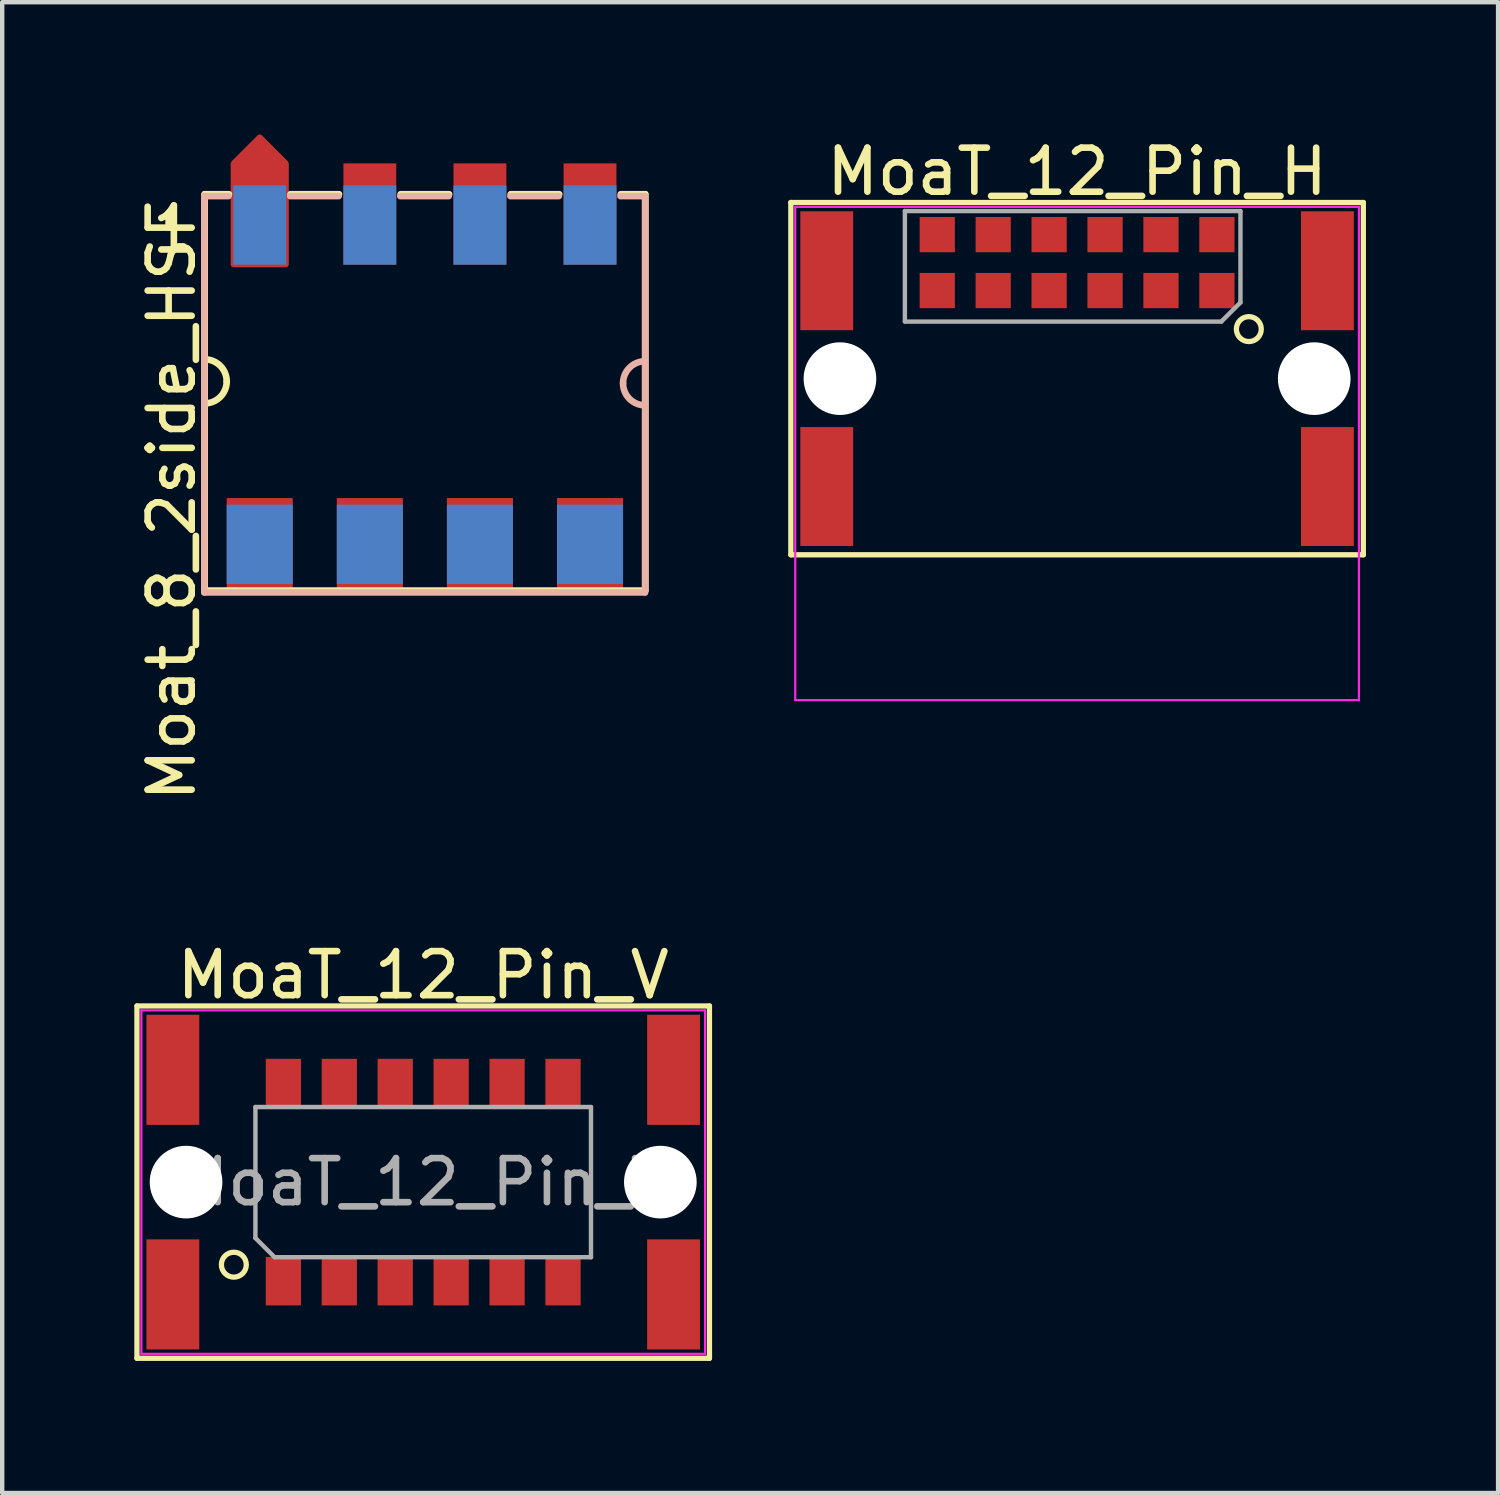
<source format=kicad_pcb>
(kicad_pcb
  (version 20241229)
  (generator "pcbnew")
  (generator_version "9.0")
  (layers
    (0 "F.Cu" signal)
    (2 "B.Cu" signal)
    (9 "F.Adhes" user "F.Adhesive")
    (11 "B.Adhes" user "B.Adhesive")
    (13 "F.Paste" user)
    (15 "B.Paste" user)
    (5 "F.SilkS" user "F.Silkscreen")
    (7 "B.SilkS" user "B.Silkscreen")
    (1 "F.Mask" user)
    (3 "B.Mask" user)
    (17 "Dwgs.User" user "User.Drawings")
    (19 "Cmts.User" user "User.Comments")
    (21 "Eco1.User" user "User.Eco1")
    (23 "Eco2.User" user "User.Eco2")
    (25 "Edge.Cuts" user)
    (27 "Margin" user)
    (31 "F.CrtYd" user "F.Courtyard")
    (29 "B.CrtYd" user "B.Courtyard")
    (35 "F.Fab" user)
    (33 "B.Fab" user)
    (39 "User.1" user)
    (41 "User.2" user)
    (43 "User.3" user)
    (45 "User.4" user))
  (footprint "MoaT_12_Pin_V"
    (layer "F.Cu")
    (at 6.56 23.793)
    (property "Reference" "MoaT_12_Pin_V" (at 0 -4.7 180) (layer "F.SilkS") (effects (font (size 1 1) (thickness 0.15))))
    (attr smd)
    (fp_line (start -6.5 4) (end -6.5 -4) (stroke (width 0.12) (type solid)) (layer "F.SilkS"))
    (fp_line (start -6.5 4) (end 6.5 4) (stroke (width 0.12) (type solid)) (layer "F.SilkS"))
    (fp_line (start 6.5 -4) (end -6.5 -4) (stroke (width 0.12) (type solid)) (layer "F.SilkS"))
    (fp_line (start 6.5 4) (end 6.5 -4) (stroke (width 0.12) (type solid)) (layer "F.SilkS"))
    (fp_circle (center -4.3 1.875) (end -4.1 2.075) (stroke (width 0.12) (type solid)) (fill no) (layer "F.SilkS"))
    (fp_line (start -6.4 -3.9) (end -6.4 3.9) (stroke (width 0.05) (type solid)) (layer "F.CrtYd"))
    (fp_line (start -6.4 3.9) (end 6.4 3.9) (stroke (width 0.05) (type solid)) (layer "F.CrtYd"))
    (fp_line (start 6.4 -3.9) (end -6.4 -3.9) (stroke (width 0.05) (type solid)) (layer "F.CrtYd"))
    (fp_line (start 6.4 3.9) (end 6.4 -3.9) (stroke (width 0.05) (type solid)) (layer "F.CrtYd"))
    (fp_line (start -3.81 -1.705) (end 3.81 -1.705) (stroke (width 0.1) (type solid)) (layer "F.Fab"))
    (fp_line (start -3.81 1.27) (end -3.81 -1.705) (stroke (width 0.1) (type solid)) (layer "F.Fab"))
    (fp_line (start -3.375 1.705) (end -3.81 1.27) (stroke (width 0.1) (type solid)) (layer "F.Fab"))
    (fp_line (start 3.81 -1.705) (end 3.81 1.705) (stroke (width 0.1) (type solid)) (layer "F.Fab"))
    (fp_line (start 3.81 1.705) (end -3.375 1.705) (stroke (width 0.1) (type solid)) (layer "F.Fab"))
    (fp_text user "${REFERENCE}" (at 0 0 180) (layer "F.Fab") (effects (font (size 1 1) (thickness 0.15))))
    (pad "" smd rect (at -5.685 -2.55 90) (size 2.5 1.2) (layers "F.Cu" "F.Mask" "F.Paste"))
    (pad "" smd rect (at -5.685 2.55 90) (size 2.5 1.2) (layers "F.Cu" "F.Mask" "F.Paste"))
    (pad "" np_thru_hole circle (at -5.385 0 90) (size 1.65 1.65) (drill 1.65) (layers "*.Cu"))
    (pad "" np_thru_hole circle (at 5.385 0 270) (size 1.65 1.65) (drill 1.65) (layers "*.Cu"))
    (pad "" smd rect (at 5.685 -2.55 270) (size 2.5 1.2) (layers "F.Cu" "F.Mask" "F.Paste"))
    (pad "" smd rect (at 5.685 2.55 270) (size 2.5 1.2) (layers "F.Cu" "F.Mask" "F.Paste"))
    (pad "1" smd rect (at -3.175 2.25 90) (size 1.1 0.8) (layers "F.Cu" "F.Mask" "F.Paste"))
    (pad "2" smd rect (at -3.175 -2.25 90) (size 1.1 0.8) (layers "F.Cu" "F.Mask" "F.Paste"))
    (pad "3" smd rect (at -1.905 2.25 90) (size 1.1 0.8) (layers "F.Cu" "F.Mask" "F.Paste"))
    (pad "4" smd rect (at -1.905 -2.25 90) (size 1.1 0.8) (layers "F.Cu" "F.Mask" "F.Paste"))
    (pad "5" smd rect (at -0.635 2.25 90) (size 1.1 0.8) (layers "F.Cu" "F.Mask" "F.Paste"))
    (pad "6" smd rect (at -0.635 -2.25 90) (size 1.1 0.8) (layers "F.Cu" "F.Mask" "F.Paste"))
    (pad "7" smd rect (at 0.635 2.25 90) (size 1.1 0.8) (layers "F.Cu" "F.Mask" "F.Paste"))
    (pad "8" smd rect (at 0.635 -2.25 90) (size 1.1 0.8) (layers "F.Cu" "F.Mask" "F.Paste"))
    (pad "9" smd rect (at 1.905 2.25 90) (size 1.1 0.8) (layers "F.Cu" "F.Mask" "F.Paste"))
    (pad "10" smd rect (at 1.905 -2.25 90) (size 1.1 0.8) (layers "F.Cu" "F.Mask" "F.Paste"))
    (pad "11" smd rect (at 3.175 2.25 90) (size 1.1 0.8) (layers "F.Cu" "F.Mask" "F.Paste"))
    (pad "12" smd rect (at 3.175 -2.25 90) (size 1.1 0.8) (layers "F.Cu" "F.Mask" "F.Paste")))
  (footprint "Moat_8_2side_HSF"
    (layer "F.Cu")
    (at 11.598 5.56)
    (property "Reference" "Moat_8_2side_HSF" (at -10.75 2.75 90) (layer "F.SilkS") (effects (font (size 1 1) (thickness 0.15))))
    (attr smd)
    (fp_line (start -10 -4.2) (end -10 4.8) (stroke (width 0.15) (type solid)) (layer "F.SilkS"))
    (fp_line (start -10 -4.2) (end -9.45 -4.2) (stroke (width 0.15) (type solid)) (layer "F.SilkS"))
    (fp_line (start -10 4.8) (end 0 4.8) (stroke (width 0.15) (type solid)) (layer "F.SilkS"))
    (fp_line (start -6.95 -4.2) (end -8.05 -4.2) (stroke (width 0.15) (type solid)) (layer "F.SilkS"))
    (fp_line (start -4.45 -4.2) (end -5.55 -4.2) (stroke (width 0.15) (type solid)) (layer "F.SilkS"))
    (fp_line (start -1.95 -4.2) (end -3.05 -4.2) (stroke (width 0.15) (type solid)) (layer "F.SilkS"))
    (fp_line (start 0 -4.2) (end -0.55 -4.2) (stroke (width 0.15) (type solid)) (layer "F.SilkS"))
    (fp_line (start 0.008 4.8) (end 0.008 -4.2) (stroke (width 0.15) (type solid)) (layer "F.SilkS"))
    (fp_arc (start -10 -0.45) (mid -9.646447 -0.303553) (end -9.5 0.05) (stroke (width 0.15) (type solid)) (layer "F.SilkS"))
    (fp_arc (start -9.5 0.05) (mid -9.646447 0.403553) (end -10 0.55) (stroke (width 0.15) (type solid)) (layer "F.SilkS"))
    (fp_line (start -10.008 -4.157) (end -9.458 -4.157) (stroke (width 0.15) (type solid)) (layer "B.SilkS"))
    (fp_line (start -10.008 4.843) (end -10.008 -4.157) (stroke (width 0.15) (type solid)) (layer "B.SilkS"))
    (fp_line (start -8.058 -4.157) (end -6.958 -4.157) (stroke (width 0.15) (type solid)) (layer "B.SilkS"))
    (fp_line (start -5.558 -4.157) (end -4.458 -4.157) (stroke (width 0.15) (type solid)) (layer "B.SilkS"))
    (fp_line (start -3.058 -4.157) (end -1.958 -4.157) (stroke (width 0.15) (type solid)) (layer "B.SilkS"))
    (fp_line (start -0.008 -4.157) (end -0.558 -4.157) (stroke (width 0.15) (type solid)) (layer "B.SilkS"))
    (fp_line (start -0.008 4.843) (end -10.008 4.843) (stroke (width 0.15) (type solid)) (layer "B.SilkS"))
    (fp_line (start 0 -4.157) (end 0 4.843) (stroke (width 0.15) (type solid)) (layer "B.SilkS"))
    (fp_arc (start -0.5 0.093176) (mid -0.353553 -0.260377) (end 0 -0.406824) (stroke (width 0.15) (type solid)) (layer "B.SilkS"))
    (fp_arc (start 0 0.593176) (mid -0.353553 0.446729) (end -0.5 0.093176) (stroke (width 0.15) (type solid)) (layer "B.SilkS"))
    (fp_text user "1" (at -10.7 -3.4 0) (layer "F.SilkS") (effects (font (size 1 1) (thickness 0.15))))
    (pad "1" smd custom (at -8.75 -3.75 180) (size 1.2 2.3) (layers "F.Cu" "F.Mask" "F.Paste") (options (anchor rect)) (primitives (gr_poly (pts (xy 0.6 1.15) (xy 0 1.75) (xy -0.6 1.15) (xy -0.6 -1.15) (xy 0.6 -1.15)) (width 0.12) (fill yes))))
    (pad "1" smd rect (at -8.75 3.8) (size 1.5 2.2) (layers "F.Cu" "F.Mask" "F.Paste"))
    (pad "2" smd rect (at -6.25 -3.75) (size 1.2 2.3) (layers "F.Cu" "F.Mask" "F.Paste"))
    (pad "2" smd rect (at -6.25 3.8) (size 1.5 2.2) (layers "F.Cu" "F.Mask" "F.Paste"))
    (pad "3" smd rect (at -3.75 -3.75) (size 1.2 2.3) (layers "F.Cu" "F.Mask" "F.Paste"))
    (pad "3" smd rect (at -3.75 3.8) (size 1.5 2.2) (layers "F.Cu" "F.Mask" "F.Paste"))
    (pad "4" smd rect (at -1.25 -3.75) (size 1.2 2.3) (layers "F.Cu" "F.Mask" "F.Paste"))
    (pad "4" smd rect (at -1.25 3.8) (size 1.5 2.2) (layers "F.Cu" "F.Mask" "F.Paste"))
    (pad "5" smd rect (at -1.25 -3.5 180) (size 1.2 1.8) (layers "B.Cu" "B.Mask" "B.Paste"))
    (pad "5" smd rect (at -1.25 3.75 180) (size 1.5 1.8) (layers "B.Cu" "B.Mask" "B.Paste"))
    (pad "6" smd rect (at -3.75 -3.5 180) (size 1.2 1.8) (layers "B.Cu" "B.Mask" "B.Paste"))
    (pad "6" smd rect (at -3.75 3.75 180) (size 1.5 1.8) (layers "B.Cu" "B.Mask" "B.Paste"))
    (pad "7" smd rect (at -6.25 -3.5 180) (size 1.2 1.8) (layers "B.Cu" "B.Mask" "B.Paste"))
    (pad "7" smd rect (at -6.25 3.75 180) (size 1.5 1.8) (layers "B.Cu" "B.Mask" "B.Paste"))
    (pad "8" smd rect (at -8.75 -3.5 180) (size 1.2 1.8) (layers "B.Cu" "B.Mask" "B.Paste"))
    (pad "8" smd rect (at -8.75 3.75 180) (size 1.5 1.8) (layers "B.Cu" "B.Mask" "B.Paste")))
  (footprint "MoaT_12_Pin_H"
    (layer "F.Cu")
    (at 21.408 5.548)
    (property "Reference" "MoaT_12_Pin_H" (at 0 -4.7 180) (layer "F.SilkS") (effects (font (size 1 1) (thickness 0.15))))
    (attr smd)
    (fp_line (start -6.5 -4) (end 6.5 -4) (stroke (width 0.12) (type solid)) (layer "F.SilkS"))
    (fp_line (start -6.5 4) (end -6.5 -4) (stroke (width 0.12) (type solid)) (layer "F.SilkS"))
    (fp_line (start 6.5 4) (end -6.5 4) (stroke (width 0.12) (type solid)) (layer "F.SilkS"))
    (fp_line (start 6.5 4) (end 6.5 -4) (stroke (width 0.12) (type solid)) (layer "F.SilkS"))
    (fp_circle (center 3.9 -1.125) (end 3.7 -0.925) (stroke (width 0.12) (type solid)) (fill no) (layer "F.SilkS"))
    (fp_line (start -6.4 -3.9) (end 6.4 -3.9) (stroke (width 0.05) (type solid)) (layer "F.CrtYd"))
    (fp_line (start -6.4 7.3) (end -6.4 -3.9) (stroke (width 0.05) (type solid)) (layer "F.CrtYd"))
    (fp_line (start 6.4 -3.9) (end 6.4 7.3) (stroke (width 0.05) (type solid)) (layer "F.CrtYd"))
    (fp_line (start 6.4 7.3) (end -6.4 7.3) (stroke (width 0.05) (type solid)) (layer "F.CrtYd"))
    (fp_line (start -3.91 -3.805) (end -3.91 -1.3) (stroke (width 0.1) (type solid)) (layer "F.Fab"))
    (fp_line (start -3.91 -1.295) (end 3.275 -1.295) (stroke (width 0.1) (type solid)) (layer "F.Fab"))
    (fp_line (start 3.275 -1.295) (end 3.71 -1.73) (stroke (width 0.1) (type solid)) (layer "F.Fab"))
    (fp_line (start 3.71 -3.805) (end -3.91 -3.805) (stroke (width 0.1) (type solid)) (layer "F.Fab"))
    (fp_line (start 3.71 -1.73) (end 3.71 -3.805) (stroke (width 0.1) (type solid)) (layer "F.Fab"))
    (pad "" smd rect (at -5.685 -2.45 90) (size 2.7 1.2) (layers "F.Cu" "F.Mask" "F.Paste"))
    (pad "" smd rect (at -5.685 2.45 90) (size 2.7 1.2) (layers "F.Cu" "F.Mask" "F.Paste"))
    (pad "" np_thru_hole circle (at -5.385 0 90) (size 1.65 1.65) (drill 1.65) (layers "*.Cu"))
    (pad "" np_thru_hole circle (at 5.385 0 270) (size 1.65 1.65) (drill 1.65) (layers "*.Cu"))
    (pad "" smd rect (at 5.685 -2.45 270) (size 2.7 1.2) (layers "F.Cu" "F.Mask" "F.Paste"))
    (pad "" smd rect (at 5.685 2.45 270) (size 2.7 1.2) (layers "F.Cu" "F.Mask" "F.Paste"))
    (pad "1" smd rect (at 3.175 -2 270) (size 0.8 0.8) (layers "F.Cu" "F.Mask" "F.Paste"))
    (pad "2" smd rect (at 3.175 -3.27 270) (size 0.8 0.8) (layers "F.Cu" "F.Mask" "F.Paste"))
    (pad "3" smd rect (at 1.905 -2 270) (size 0.8 0.8) (layers "F.Cu" "F.Mask" "F.Paste"))
    (pad "4" smd rect (at 1.905 -3.27 270) (size 0.8 0.8) (layers "F.Cu" "F.Mask" "F.Paste"))
    (pad "5" smd rect (at 0.635 -2 270) (size 0.8 0.8) (layers "F.Cu" "F.Mask" "F.Paste"))
    (pad "6" smd rect (at 0.635 -3.27 270) (size 0.8 0.8) (layers "F.Cu" "F.Mask" "F.Paste"))
    (pad "7" smd rect (at -0.635 -2 270) (size 0.8 0.8) (layers "F.Cu" "F.Mask" "F.Paste"))
    (pad "8" smd rect (at -0.635 -3.27 270) (size 0.8 0.8) (layers "F.Cu" "F.Mask" "F.Paste"))
    (pad "9" smd rect (at -1.905 -2 270) (size 0.8 0.8) (layers "F.Cu" "F.Mask" "F.Paste"))
    (pad "10" smd rect (at -1.905 -3.27 270) (size 0.8 0.8) (layers "F.Cu" "F.Mask" "F.Paste"))
    (pad "11" smd rect (at -3.175 -2 270) (size 0.8 0.8) (layers "F.Cu" "F.Mask" "F.Paste"))
    (pad "12" smd rect (at -3.175 -3.27 270) (size 0.8 0.8) (layers "F.Cu" "F.Mask" "F.Paste")))
  (gr_rect
    (start -3 -3)
    (end 30.968 30.853)
    (stroke (width 0.1) (type default))
    (fill no)
    (layer "Edge.Cuts")))
</source>
